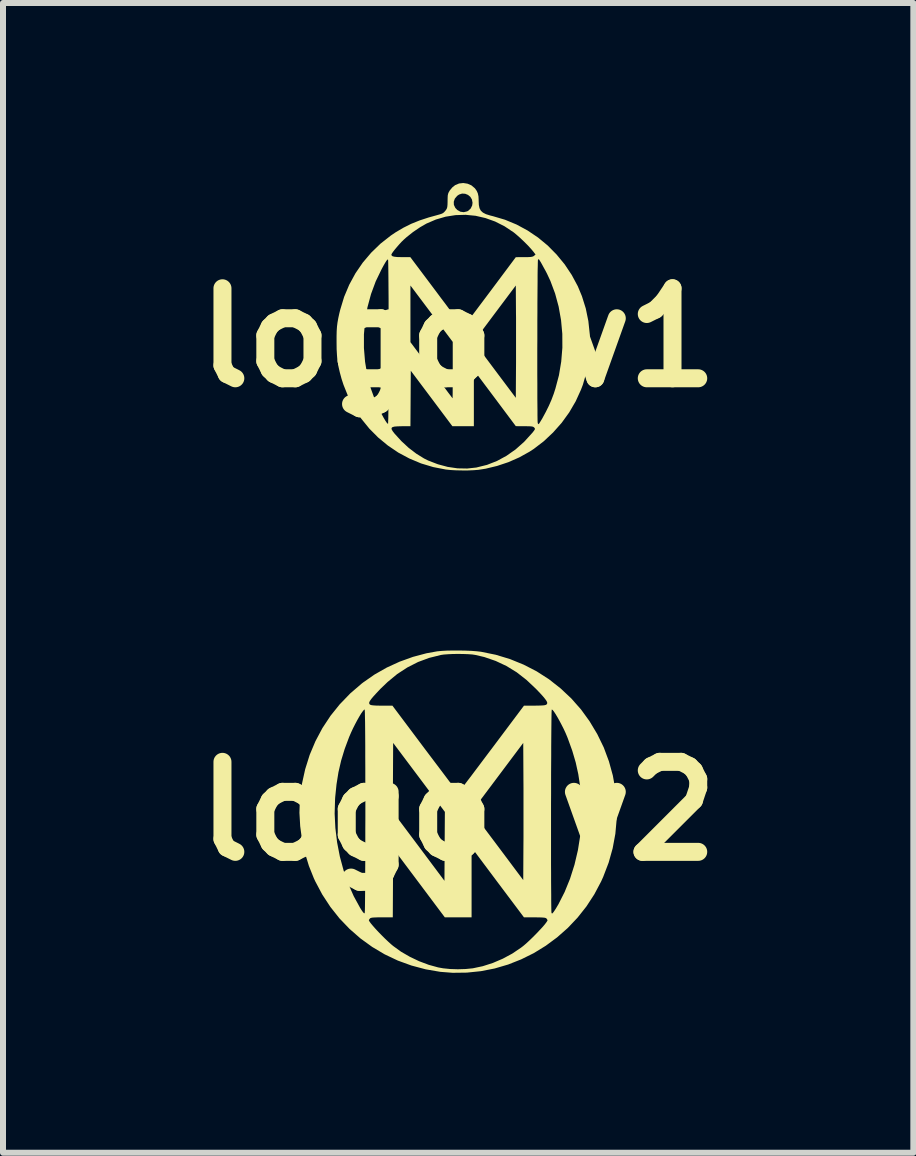
<source format=kicad_pcb>
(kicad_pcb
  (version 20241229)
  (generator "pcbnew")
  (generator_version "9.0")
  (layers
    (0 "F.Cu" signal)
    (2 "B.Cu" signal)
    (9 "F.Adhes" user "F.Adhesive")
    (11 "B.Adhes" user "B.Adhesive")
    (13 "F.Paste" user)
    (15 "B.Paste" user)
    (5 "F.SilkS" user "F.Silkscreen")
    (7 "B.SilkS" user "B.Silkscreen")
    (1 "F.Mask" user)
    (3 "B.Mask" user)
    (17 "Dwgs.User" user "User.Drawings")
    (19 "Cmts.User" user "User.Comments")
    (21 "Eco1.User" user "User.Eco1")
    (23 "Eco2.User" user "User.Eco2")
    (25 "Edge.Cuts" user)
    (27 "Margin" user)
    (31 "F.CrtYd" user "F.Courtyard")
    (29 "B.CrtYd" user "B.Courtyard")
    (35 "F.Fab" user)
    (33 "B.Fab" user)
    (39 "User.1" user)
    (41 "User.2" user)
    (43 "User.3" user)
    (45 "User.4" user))
  (footprint "logo v2"
    (layer "F.Cu")
    (at 4.586 10.468)
    (property "Reference" "logo v2" (at 0 0 0) (layer "F.SilkS") (effects (font (size 1.5 1.5) (thickness 0.3))))
    (attr board_only exclude_from_pos_files exclude_from_bom)
    (fp_poly (pts (xy 0.123 -2.675) (xy 0.224 -2.671) (xy 0.312 -2.664) (xy 0.381 -2.656) (xy 0.627 -2.606) (xy 0.864 -2.534) (xy 1.092 -2.441) (xy 1.309 -2.329) (xy 1.514 -2.197) (xy 1.706 -2.046) (xy 1.885 -1.878) (xy 2.048 -1.693) (xy 2.188 -1.5) (xy 2.317 -1.285) (xy 2.426 -1.061) (xy 2.512 -0.83) (xy 2.577 -0.594) (xy 2.62 -0.353) (xy 2.642 -0.11) (xy 2.641 0.134) (xy 2.619 0.378) (xy 2.574 0.62) (xy 2.507 0.859) (xy 2.417 1.094) (xy 2.382 1.172) (xy 2.268 1.387) (xy 2.137 1.588) (xy 1.989 1.775) (xy 1.826 1.947) (xy 1.649 2.103) (xy 1.46 2.243) (xy 1.26 2.366) (xy 1.05 2.47) (xy 0.833 2.556) (xy 0.608 2.622) (xy 0.378 2.667) (xy 0.144 2.691) (xy -0.092 2.694) (xy -0.298 2.678) (xy -0.542 2.636) (xy -0.779 2.573) (xy -1.007 2.49) (xy -1.226 2.386) (xy -1.433 2.263) (xy -1.628 2.122) (xy -1.81 1.963) (xy -1.948 1.819) (xy -1.489 1.819) (xy -1.48 1.837) (xy -1.458 1.868) (xy -1.423 1.91) (xy -1.379 1.96) (xy -1.329 2.014) (xy -1.274 2.07) (xy -1.219 2.125) (xy -1.164 2.177) (xy -1.114 2.222) (xy -1.084 2.247) (xy -0.953 2.342) (xy -0.806 2.427) (xy -0.651 2.501) (xy -0.491 2.561) (xy -0.335 2.604) (xy -0.252 2.619) (xy -0.134 2.631) (xy -0.006 2.635) (xy 0.124 2.631) (xy 0.244 2.619) (xy 0.244 2.619) (xy 0.409 2.584) (xy 0.577 2.53) (xy 0.743 2.459) (xy 0.901 2.374) (xy 1.046 2.276) (xy 1.084 2.247) (xy 1.131 2.207) (xy 1.183 2.159) (xy 1.238 2.106) (xy 1.294 2.05) (xy 1.347 1.994) (xy 1.396 1.942) (xy 1.437 1.895) (xy 1.467 1.856) (xy 1.485 1.829) (xy 1.489 1.819) (xy 1.481 1.802) (xy 1.47 1.788) (xy 1.459 1.781) (xy 1.44 1.776) (xy 1.409 1.773) (xy 1.364 1.771) (xy 1.3 1.77) (xy 1.274 1.77) (xy 1.096 1.77) (xy 0.659 1.188) (xy 0.223 0.605) (xy 0.223 1.188) (xy 0.223 1.77) (xy 0.000025 1.77) (xy -0.223 1.77) (xy -0.653 1.196) (xy -1.084 0.621) (xy -1.087 1.196) (xy -1.09 1.77) (xy -1.271 1.77) (xy -1.343 1.77) (xy -1.395 1.772) (xy -1.43 1.774) (xy -1.453 1.779) (xy -1.467 1.785) (xy -1.47 1.788) (xy -1.485 1.808) (xy -1.489 1.819) (xy -1.948 1.819) (xy -1.978 1.788) (xy -2.13 1.596) (xy -2.265 1.39) (xy -2.382 1.17) (xy -2.406 1.118) (xy -2.488 0.913) (xy -2.554 0.697) (xy -2.603 0.475) (xy -2.633 0.251) (xy -2.645 0.041) (xy -2.059 0.041) (xy -2.047 0.281) (xy -2.018 0.521) (xy -1.972 0.758) (xy -1.91 0.988) (xy -1.833 1.209) (xy -1.741 1.417) (xy -1.636 1.609) (xy -1.613 1.646) (xy -1.588 1.682) (xy -1.571 1.7) (xy -1.561 1.702) (xy -1.558 1.699) (xy -1.557 1.685) (xy -1.555 1.649) (xy -1.554 1.592) (xy -1.553 1.515) (xy -1.552 1.419) (xy -1.551 1.305) (xy -1.55 1.174) (xy -1.55 1.028) (xy -1.549 0.868) (xy -1.548 0.695) (xy -1.548 0.509) (xy -1.548 0.313) (xy -1.547 0.106) (xy -1.547 0.011) (xy -1.09 0.011) (xy -0.659 0.586) (xy -0.229 1.161) (xy -0.226 0.586) (xy -0.222 0.012) (xy -0.227 0.006) (xy 0.227 0.006) (xy 0.656 0.577) (xy 1.084 1.149) (xy 1.087 0.581) (xy 1.088 0.44) (xy 1.088 0.4) (xy 1.547 0.4) (xy 1.547 0.566) (xy 1.547 0.727) (xy 1.547 0.881) (xy 1.548 1.027) (xy 1.548 1.162) (xy 1.549 1.286) (xy 1.55 1.396) (xy 1.55 1.492) (xy 1.551 1.571) (xy 1.552 1.632) (xy 1.553 1.673) (xy 1.555 1.693) (xy 1.555 1.695) (xy 1.562 1.706) (xy 1.572 1.702) (xy 1.587 1.684) (xy 1.604 1.66) (xy 1.628 1.623) (xy 1.655 1.577) (xy 1.669 1.554) (xy 1.774 1.347) (xy 1.864 1.126) (xy 1.938 0.893) (xy 1.995 0.651) (xy 2.034 0.405) (xy 2.056 0.157) (xy 2.058 -0.09) (xy 2.052 -0.197) (xy 2.032 -0.415) (xy 2.001 -0.618) (xy 1.958 -0.813) (xy 1.901 -1.007) (xy 1.829 -1.206) (xy 1.817 -1.237) (xy 1.79 -1.301) (xy 1.758 -1.37) (xy 1.723 -1.439) (xy 1.688 -1.505) (xy 1.654 -1.566) (xy 1.622 -1.619) (xy 1.595 -1.66) (xy 1.574 -1.686) (xy 1.56 -1.694) (xy 1.559 -1.694) (xy 1.558 -1.681) (xy 1.556 -1.647) (xy 1.555 -1.593) (xy 1.554 -1.52) (xy 1.553 -1.43) (xy 1.552 -1.324) (xy 1.551 -1.205) (xy 1.55 -1.073) (xy 1.55 -0.931) (xy 1.549 -0.779) (xy 1.548 -0.621) (xy 1.548 -0.456) (xy 1.548 -0.287) (xy 1.547 -0.115) (xy 1.547 0.057) (xy 1.547 0.23) (xy 1.547 0.4) (xy 1.088 0.4) (xy 1.088 0.282) (xy 1.088 0.114) (xy 1.088 -0.058) (xy 1.088 -0.229) (xy 1.088 -0.39) (xy 1.087 -0.536) (xy 1.087 -0.562) (xy 1.084 -1.137) (xy 0.656 -0.566) (xy 0.227 0.006) (xy -0.227 0.006) (xy -0.653 -0.563) (xy -1.084 -1.137) (xy -1.087 -0.563) (xy -1.09 0.011) (xy -1.547 0.011) (xy -1.547 -0.002) (xy -1.547 -0.263) (xy -1.548 -0.502) (xy -1.548 -0.72) (xy -1.549 -0.917) (xy -1.549 -1.092) (xy -1.55 -1.245) (xy -1.551 -1.376) (xy -1.552 -1.485) (xy -1.554 -1.571) (xy -1.555 -1.635) (xy -1.557 -1.676) (xy -1.558 -1.693) (xy -1.559 -1.694) (xy -1.571 -1.688) (xy -1.591 -1.664) (xy -1.618 -1.626) (xy -1.649 -1.575) (xy -1.683 -1.515) (xy -1.718 -1.449) (xy -1.753 -1.38) (xy -1.785 -1.311) (xy -1.813 -1.246) (xy -1.817 -1.237) (xy -1.892 -1.036) (xy -1.951 -0.842) (xy -1.996 -0.647) (xy -2.028 -0.446) (xy -2.05 -0.231) (xy -2.052 -0.197) (xy -2.059 0.041) (xy -2.645 0.041) (xy -2.646 0.029) (xy -2.639 -0.184) (xy -2.638 -0.194) (xy -2.605 -0.451) (xy -2.55 -0.699) (xy -2.475 -0.938) (xy -2.379 -1.166) (xy -2.263 -1.384) (xy -2.127 -1.59) (xy -1.972 -1.783) (xy -1.96 -1.795) (xy -1.483 -1.795) (xy -1.477 -1.782) (xy -1.464 -1.772) (xy -1.443 -1.766) (xy -1.409 -1.762) (xy -1.359 -1.759) (xy -1.29 -1.758) (xy -1.26 -1.758) (xy -1.096 -1.758) (xy -0.551 -1.031) (xy -0.465 -0.917) (xy -0.382 -0.807) (xy -0.305 -0.705) (xy -0.234 -0.611) (xy -0.171 -0.527) (xy -0.116 -0.454) (xy -0.07 -0.394) (xy -0.035 -0.349) (xy -0.011 -0.318) (xy -0.001 -0.305) (xy 0 -0.305) (xy 0.008 -0.314) (xy 0.029 -0.34) (xy 0.061 -0.383) (xy 0.105 -0.44) (xy 0.158 -0.51) (xy 0.22 -0.591) (xy 0.289 -0.683) (xy 0.365 -0.784) (xy 0.446 -0.892) (xy 0.531 -1.005) (xy 0.551 -1.031) (xy 1.096 -1.758) (xy 1.26 -1.758) (xy 1.336 -1.759) (xy 1.393 -1.761) (xy 1.432 -1.764) (xy 1.458 -1.77) (xy 1.473 -1.778) (xy 1.481 -1.79) (xy 1.483 -1.795) (xy 1.483 -1.812) (xy 1.472 -1.836) (xy 1.449 -1.869) (xy 1.413 -1.913) (xy 1.362 -1.969) (xy 1.296 -2.038) (xy 1.138 -2.187) (xy 0.975 -2.314) (xy 0.804 -2.419) (xy 0.625 -2.503) (xy 0.436 -2.568) (xy 0.287 -2.603) (xy 0.235 -2.611) (xy 0.165 -2.616) (xy 0.084 -2.619) (xy -0.003 -2.62) (xy -0.089 -2.619) (xy -0.17 -2.615) (xy -0.239 -2.61) (xy -0.287 -2.603) (xy -0.484 -2.554) (xy -0.67 -2.485) (xy -0.847 -2.395) (xy -1.016 -2.285) (xy -1.177 -2.152) (xy -1.296 -2.038) (xy -1.362 -1.968) (xy -1.413 -1.912) (xy -1.449 -1.869) (xy -1.472 -1.836) (xy -1.483 -1.812) (xy -1.483 -1.795) (xy -1.96 -1.795) (xy -1.799 -1.962) (xy -1.607 -2.127) (xy -1.582 -2.146) (xy -1.394 -2.277) (xy -1.19 -2.393) (xy -0.976 -2.491) (xy -0.754 -2.571) (xy -0.529 -2.631) (xy -0.352 -2.663) (xy -0.28 -2.67) (xy -0.191 -2.675) (xy -0.09 -2.677) (xy 0.017 -2.677)) (stroke (width 0) (type solid)) (fill yes) (layer "F.SilkS")))
  (footprint "logo v1"
    (layer "F.Cu")
    (at 4.586 2.576)
    (property "Reference" "logo v1" (at 0 0 0) (layer "F.SilkS") (effects (font (size 1.5 1.5) (thickness 0.3))))
    (attr board_only exclude_from_pos_files exclude_from_bom)
    (fp_poly (pts (xy 0.155 -2.565) (xy 0.22 -2.537) (xy 0.275 -2.491) (xy 0.279 -2.487) (xy 0.308 -2.446) (xy 0.327 -2.404) (xy 0.338 -2.353) (xy 0.341 -2.289) (xy 0.341 -2.278) (xy 0.344 -2.21) (xy 0.355 -2.157) (xy 0.377 -2.115) (xy 0.412 -2.083) (xy 0.462 -2.057) (xy 0.532 -2.035) (xy 0.58 -2.023) (xy 0.78 -1.964) (xy 0.973 -1.884) (xy 1.156 -1.785) (xy 1.33 -1.668) (xy 1.492 -1.534) (xy 1.64 -1.384) (xy 1.774 -1.221) (xy 1.892 -1.044) (xy 1.993 -0.856) (xy 2.062 -0.69) (xy 2.126 -0.486) (xy 2.169 -0.276) (xy 2.192 -0.061) (xy 2.194 0.155) (xy 2.176 0.369) (xy 2.137 0.58) (xy 2.078 0.785) (xy 2.046 0.869) (xy 1.958 1.062) (xy 1.85 1.247) (xy 1.724 1.421) (xy 1.582 1.581) (xy 1.427 1.727) (xy 1.26 1.855) (xy 1.188 1.902) (xy 1.019 1.996) (xy 0.837 2.076) (xy 0.648 2.139) (xy 0.457 2.185) (xy 0.335 2.204) (xy 0.258 2.21) (xy 0.165 2.214) (xy 0.065 2.214) (xy -0.035 2.212) (xy -0.127 2.207) (xy -0.205 2.199) (xy -0.416 2.158) (xy -0.619 2.097) (xy -0.814 2.015) (xy -0.999 1.916) (xy -1.173 1.798) (xy -1.334 1.665) (xy -1.482 1.516) (xy -1.489 1.507) (xy -1.111 1.507) (xy -1.109 1.53) (xy -1.091 1.561) (xy -1.06 1.601) (xy -0.947 1.725) (xy -0.826 1.837) (xy -0.699 1.934) (xy -0.57 2.014) (xy -0.5 2.049) (xy -0.339 2.111) (xy -0.175 2.155) (xy -0.011 2.179) (xy 0.15 2.182) (xy 0.306 2.165) (xy 0.308 2.164) (xy 0.481 2.121) (xy 0.647 2.056) (xy 0.805 1.97) (xy 0.956 1.864) (xy 1.099 1.737) (xy 1.232 1.591) (xy 1.244 1.577) (xy 1.267 1.546) (xy 1.278 1.528) (xy 1.278 1.515) (xy 1.269 1.502) (xy 1.267 1.5) (xy 1.256 1.49) (xy 1.241 1.484) (xy 1.218 1.48) (xy 1.183 1.478) (xy 1.13 1.477) (xy 1.103 1.477) (xy 0.96 1.476) (xy 0.611 1.009) (xy 0.261 0.542) (xy 0.261 1.01) (xy 0.261 1.477) (xy 0.082 1.477) (xy -0.097 1.477) (xy -0.443 1.015) (xy -0.79 0.553) (xy -0.793 1.015) (xy -0.796 1.477) (xy -0.933 1.477) (xy -1.008 1.479) (xy -1.061 1.483) (xy -1.095 1.492) (xy -1.111 1.507) (xy -1.489 1.507) (xy -1.615 1.352) (xy -1.732 1.176) (xy -1.831 0.987) (xy -1.911 0.788) (xy -1.944 0.687) (xy -1.973 0.58) (xy -1.995 0.484) (xy -2.01 0.392) (xy -2.02 0.296) (xy -2.026 0.191) (xy -2.026 0.175) (xy -1.571 0.175) (xy -1.552 0.404) (xy -1.514 0.629) (xy -1.456 0.849) (xy -1.379 1.061) (xy -1.316 1.199) (xy -1.277 1.273) (xy -1.243 1.336) (xy -1.213 1.386) (xy -1.19 1.42) (xy -1.174 1.436) (xy -1.169 1.437) (xy -1.168 1.425) (xy -1.167 1.391) (xy -1.165 1.338) (xy -1.164 1.266) (xy -1.163 1.176) (xy -1.162 1.071) (xy -1.161 0.95) (xy -1.161 0.817) (xy -1.16 0.671) (xy -1.16 0.514) (xy -1.159 0.348) (xy -1.159 0.174) (xy -1.159 0.068) (xy -1.159 -0.118) (xy -1.16 -0.296) (xy -1.16 -0.462) (xy -1.16 -0.618) (xy -1.161 -0.76) (xy -1.162 -0.868) (xy -0.796 -0.868) (xy -0.796 -0.396) (xy -0.796 0.076) (xy -0.446 0.543) (xy -0.378 0.633) (xy -0.315 0.718) (xy -0.257 0.795) (xy -0.206 0.863) (xy -0.163 0.921) (xy -0.129 0.965) (xy -0.106 0.996) (xy -0.095 1.01) (xy -0.094 1.011) (xy -0.093 1) (xy -0.093 0.969) (xy -0.092 0.92) (xy -0.092 0.855) (xy -0.091 0.777) (xy -0.091 0.688) (xy -0.091 0.59) (xy -0.091 0.542) (xy -0.091 0.072) (xy -0.094 0.068) (xy 0.259 0.068) (xy 0.609 0.536) (xy 0.96 1.004) (xy 0.963 0.536) (xy 0.964 0.408) (xy 0.964 0.329) (xy 1.318 0.329) (xy 1.318 0.478) (xy 1.318 0.621) (xy 1.319 0.759) (xy 1.319 0.888) (xy 1.319 1.007) (xy 1.32 1.115) (xy 1.321 1.21) (xy 1.321 1.289) (xy 1.322 1.352) (xy 1.323 1.397) (xy 1.325 1.421) (xy 1.325 1.425) (xy 1.335 1.441) (xy 1.339 1.443) (xy 1.348 1.434) (xy 1.364 1.409) (xy 1.386 1.373) (xy 1.4 1.35) (xy 1.461 1.237) (xy 1.511 1.136) (xy 1.554 1.038) (xy 1.592 0.937) (xy 1.62 0.85) (xy 1.679 0.628) (xy 1.717 0.4) (xy 1.736 0.169) (xy 1.735 -0.062) (xy 1.714 -0.291) (xy 1.674 -0.516) (xy 1.615 -0.734) (xy 1.537 -0.943) (xy 1.481 -1.063) (xy 1.457 -1.11) (xy 1.429 -1.16) (xy 1.402 -1.21) (xy 1.377 -1.255) (xy 1.356 -1.288) (xy 1.344 -1.307) (xy 1.336 -1.303) (xy 1.329 -1.295) (xy 1.328 -1.282) (xy 1.327 -1.248) (xy 1.326 -1.194) (xy 1.324 -1.123) (xy 1.323 -1.036) (xy 1.323 -0.935) (xy 1.322 -0.822) (xy 1.321 -0.697) (xy 1.32 -0.564) (xy 1.32 -0.424) (xy 1.319 -0.277) (xy 1.319 -0.127) (xy 1.319 0.025) (xy 1.318 0.178) (xy 1.318 0.329) (xy 0.964 0.329) (xy 0.964 0.265) (xy 0.964 0.113) (xy 0.964 -0.042) (xy 0.964 -0.191) (xy 0.964 -0.329) (xy 0.963 -0.4) (xy 0.96 -0.868) (xy 0.609 -0.4) (xy 0.259 0.068) (xy -0.094 0.068) (xy -0.443 -0.398) (xy -0.796 -0.868) (xy -1.162 -0.868) (xy -1.162 -0.889) (xy -1.163 -1.002) (xy -1.164 -1.099) (xy -1.165 -1.178) (xy -1.166 -1.239) (xy -1.167 -1.279) (xy -1.169 -1.299) (xy -1.169 -1.3) (xy -1.176 -1.301) (xy -1.185 -1.294) (xy -1.199 -1.276) (xy -1.218 -1.245) (xy -1.244 -1.2) (xy -1.278 -1.137) (xy -1.375 -0.936) (xy -1.453 -0.725) (xy -1.512 -0.506) (xy -1.551 -0.282) (xy -1.571 -0.054) (xy -1.571 0.175) (xy -2.026 0.175) (xy -2.027 0.08) (xy -2.027 -0.023) (xy -2.025 -0.109) (xy -2.02 -0.184) (xy -2.011 -0.254) (xy -1.998 -0.326) (xy -1.981 -0.404) (xy -1.965 -0.468) (xy -1.901 -0.679) (xy -1.816 -0.881) (xy -1.712 -1.072) (xy -1.59 -1.25) (xy -1.478 -1.382) (xy -1.114 -1.382) (xy -1.108 -1.366) (xy -1.091 -1.354) (xy -1.059 -1.347) (xy -1.009 -1.342) (xy -0.939 -1.341) (xy -0.934 -1.341) (xy -0.798 -1.341) (xy -0.359 -0.756) (xy -0.283 -0.654) (xy -0.211 -0.559) (xy -0.145 -0.47) (xy -0.084 -0.39) (xy -0.031 -0.32) (xy 0.013 -0.261) (xy 0.047 -0.216) (xy 0.07 -0.186) (xy 0.082 -0.171) (xy 0.083 -0.17) (xy 0.09 -0.179) (xy 0.109 -0.205) (xy 0.14 -0.246) (xy 0.181 -0.3) (xy 0.231 -0.366) (xy 0.289 -0.443) (xy 0.354 -0.53) (xy 0.424 -0.623) (xy 0.499 -0.723) (xy 0.523 -0.755) (xy 0.96 -1.34) (xy 1.098 -1.341) (xy 1.159 -1.341) (xy 1.201 -1.343) (xy 1.229 -1.347) (xy 1.249 -1.353) (xy 1.263 -1.362) (xy 1.289 -1.384) (xy 1.256 -1.428) (xy 1.215 -1.477) (xy 1.162 -1.535) (xy 1.101 -1.596) (xy 1.037 -1.657) (xy 0.976 -1.711) (xy 0.923 -1.755) (xy 0.922 -1.755) (xy 0.772 -1.855) (xy 0.616 -1.934) (xy 0.454 -1.992) (xy 0.289 -2.03) (xy 0.123 -2.046) (xy -0.044 -2.041) (xy -0.209 -2.015) (xy -0.371 -1.968) (xy -0.529 -1.9) (xy -0.635 -1.839) (xy -0.753 -1.759) (xy -0.862 -1.672) (xy -0.908 -1.631) (xy -0.946 -1.594) (xy -0.986 -1.55) (xy -1.025 -1.505) (xy -1.061 -1.462) (xy -1.09 -1.424) (xy -1.108 -1.396) (xy -1.114 -1.382) (xy -1.478 -1.382) (xy -1.45 -1.415) (xy -1.294 -1.566) (xy -1.122 -1.701) (xy -1.042 -1.755) (xy -0.913 -1.831) (xy -0.783 -1.896) (xy -0.644 -1.952) (xy -0.492 -2.002) (xy -0.409 -2.025) (xy -0.347 -2.042) (xy -0.302 -2.055) (xy -0.27 -2.066) (xy -0.249 -2.078) (xy -0.232 -2.093) (xy -0.216 -2.111) (xy -0.209 -2.12) (xy -0.195 -2.14) (xy -0.186 -2.16) (xy -0.181 -2.185) (xy -0.178 -2.22) (xy -0.177 -2.264) (xy -0.074 -2.264) (xy -0.072 -2.212) (xy -0.048 -2.161) (xy -0.014 -2.126) (xy 0.036 -2.098) (xy 0.092 -2.09) (xy 0.148 -2.103) (xy 0.167 -2.113) (xy 0.208 -2.151) (xy 0.233 -2.202) (xy 0.239 -2.247) (xy 0.229 -2.301) (xy 0.202 -2.346) (xy 0.163 -2.378) (xy 0.116 -2.397) (xy 0.065 -2.4) (xy 0.015 -2.384) (xy -0.016 -2.363) (xy -0.056 -2.316) (xy -0.074 -2.264) (xy -0.177 -2.264) (xy -0.177 -2.272) (xy -0.177 -2.277) (xy -0.176 -2.331) (xy -0.174 -2.369) (xy -0.168 -2.397) (xy -0.159 -2.42) (xy -0.143 -2.447) (xy -0.142 -2.45) (xy -0.098 -2.503) (xy -0.052 -2.54) (xy 0.014 -2.568) (xy 0.084 -2.576)) (stroke (width 0) (type solid)) (fill yes) (layer "F.SilkS")))
  (gr_rect
    (start -3 -3)
    (end 12.171 16.161)
    (stroke (width 0.1) (type default))
    (fill no)
    (layer "Edge.Cuts")))
</source>
